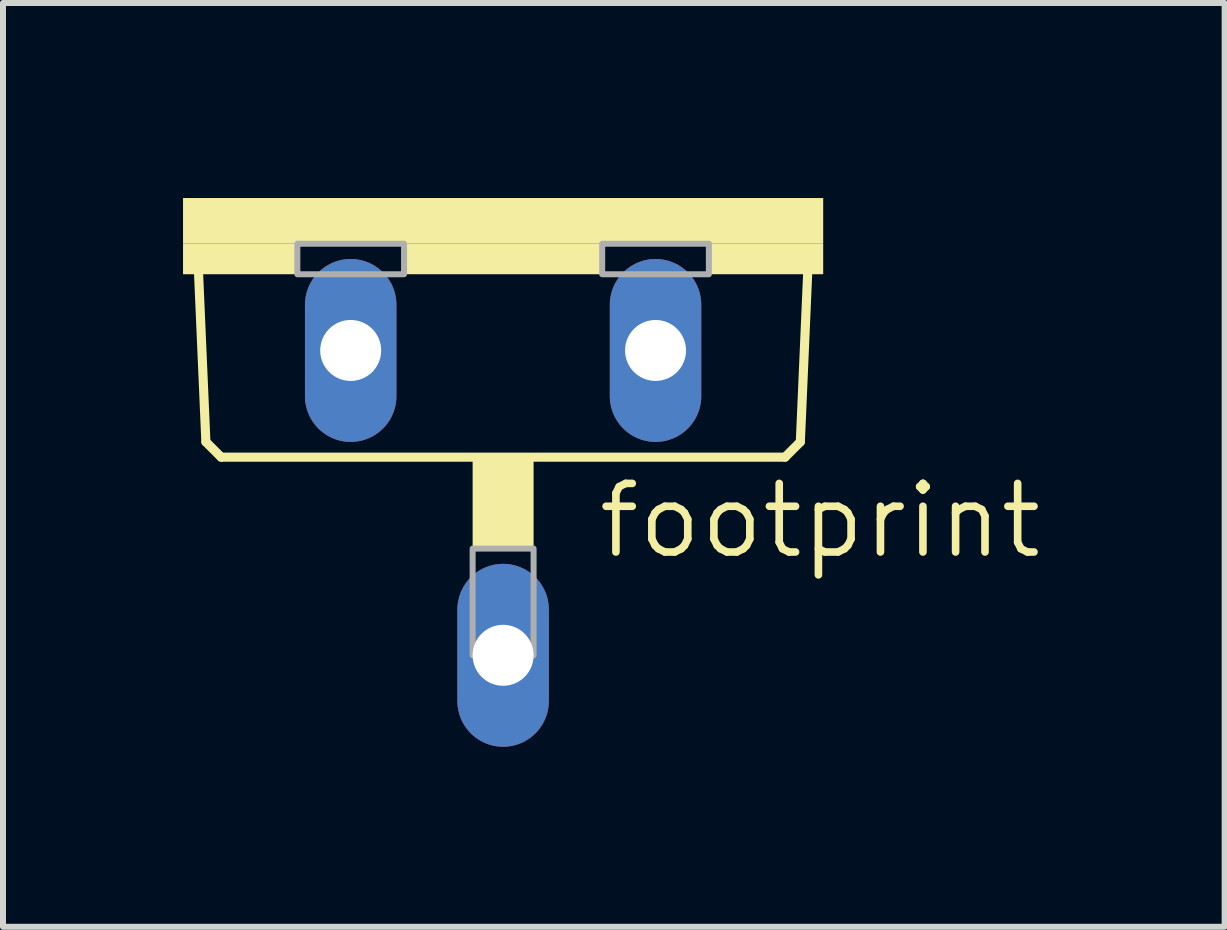
<source format=kicad_pcb>
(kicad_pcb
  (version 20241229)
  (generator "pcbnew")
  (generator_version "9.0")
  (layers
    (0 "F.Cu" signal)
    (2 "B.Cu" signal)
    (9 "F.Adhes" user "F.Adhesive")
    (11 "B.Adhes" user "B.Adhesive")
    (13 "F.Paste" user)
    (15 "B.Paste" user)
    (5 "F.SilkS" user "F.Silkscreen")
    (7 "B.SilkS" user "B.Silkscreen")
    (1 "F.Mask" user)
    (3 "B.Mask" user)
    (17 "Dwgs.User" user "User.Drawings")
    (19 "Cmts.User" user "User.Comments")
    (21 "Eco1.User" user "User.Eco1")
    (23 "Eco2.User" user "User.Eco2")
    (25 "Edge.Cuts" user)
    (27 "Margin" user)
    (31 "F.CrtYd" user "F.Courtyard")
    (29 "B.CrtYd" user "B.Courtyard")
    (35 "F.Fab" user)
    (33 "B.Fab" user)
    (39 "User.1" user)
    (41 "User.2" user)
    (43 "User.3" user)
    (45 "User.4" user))
  (footprint "footprint"
    (layer "F.Cu")
    (at 5.334 0.25)
    (property "Reference" "footprint" (at 1.524 6.045 0) (layer "F.SilkS") (effects (font (size 1.143 1.143) (thickness 0.127)) (justify left bottom)))
    (fp_line (start -4.953 4.064) (end -5.08 1.143) (stroke (width 0.152) (type solid)) (layer "F.SilkS"))
    (fp_line (start -4.953 4.064) (end -4.699 4.318) (stroke (width 0.152) (type solid)) (layer "F.SilkS"))
    (fp_line (start 4.699 4.318) (end -4.699 4.318) (stroke (width 0.152) (type solid)) (layer "F.SilkS"))
    (fp_line (start 4.699 4.318) (end 4.953 4.064) (stroke (width 0.152) (type solid)) (layer "F.SilkS"))
    (fp_line (start 5.08 1.143) (end 4.953 4.064) (stroke (width 0.152) (type solid)) (layer "F.SilkS"))
    (fp_poly (pts (xy -5.334 0.762) (xy 5.334 0.762) (xy 5.334 0) (xy -5.334 0)) (stroke (width 0) (type solid)) (fill yes) (layer "F.SilkS"))
    (fp_poly (pts (xy -5.334 1.27) (xy -3.429 1.27) (xy -3.429 0.762) (xy -5.334 0.762)) (stroke (width 0) (type solid)) (fill yes) (layer "F.SilkS"))
    (fp_poly (pts (xy -1.651 1.27) (xy 1.651 1.27) (xy 1.651 0.762) (xy -1.651 0.762)) (stroke (width 0) (type solid)) (fill yes) (layer "F.SilkS"))
    (fp_poly (pts (xy -0.508 5.842) (xy 0.508 5.842) (xy 0.508 4.318) (xy -0.508 4.318)) (stroke (width 0) (type solid)) (fill yes) (layer "F.SilkS"))
    (fp_poly (pts (xy 3.429 1.27) (xy 5.334 1.27) (xy 5.334 0.762) (xy 3.429 0.762)) (stroke (width 0) (type solid)) (fill yes) (layer "F.SilkS"))
    (fp_poly (pts (xy -3.429 1.27) (xy -1.651 1.27) (xy -1.651 0.762) (xy -3.429 0.762)) (stroke (width 0.1) (type solid)) (fill no) (layer "F.Fab"))
    (fp_poly (pts (xy -0.508 7.62) (xy 0.508 7.62) (xy 0.508 5.842) (xy -0.508 5.842)) (stroke (width 0.1) (type solid)) (fill no) (layer "F.Fab"))
    (fp_poly (pts (xy 1.651 1.27) (xy 3.429 1.27) (xy 3.429 0.762) (xy 1.651 0.762)) (stroke (width 0.1) (type solid)) (fill no) (layer "F.Fab"))
    (pad "A1" thru_hole oval (at -2.54 2.54 90) (size 3.048 1.524) (drill 1.016) (layers "*.Cu" "*.Mask"))
    (pad "A2" thru_hole oval (at 2.54 2.54 90) (size 3.048 1.524) (drill 1.016) (layers "*.Cu" "*.Mask"))
    (pad "C" thru_hole oval (at 0 7.62 90) (size 3.048 1.524) (drill 1.016) (layers "*.Cu" "*.Mask")))
  (gr_rect
    (start -3 -3)
    (end 17.358 12.394)
    (stroke (width 0.1) (type default))
    (fill no)
    (layer "Edge.Cuts")))
</source>
